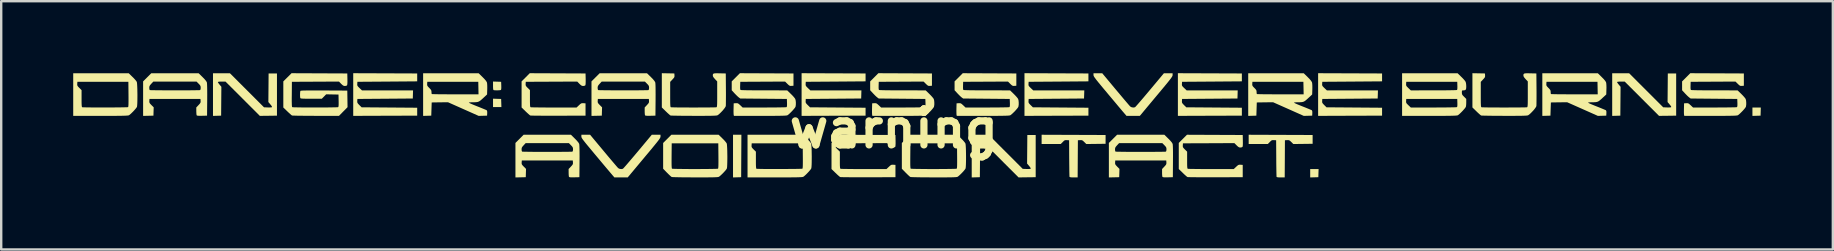
<source format=kicad_pcb>
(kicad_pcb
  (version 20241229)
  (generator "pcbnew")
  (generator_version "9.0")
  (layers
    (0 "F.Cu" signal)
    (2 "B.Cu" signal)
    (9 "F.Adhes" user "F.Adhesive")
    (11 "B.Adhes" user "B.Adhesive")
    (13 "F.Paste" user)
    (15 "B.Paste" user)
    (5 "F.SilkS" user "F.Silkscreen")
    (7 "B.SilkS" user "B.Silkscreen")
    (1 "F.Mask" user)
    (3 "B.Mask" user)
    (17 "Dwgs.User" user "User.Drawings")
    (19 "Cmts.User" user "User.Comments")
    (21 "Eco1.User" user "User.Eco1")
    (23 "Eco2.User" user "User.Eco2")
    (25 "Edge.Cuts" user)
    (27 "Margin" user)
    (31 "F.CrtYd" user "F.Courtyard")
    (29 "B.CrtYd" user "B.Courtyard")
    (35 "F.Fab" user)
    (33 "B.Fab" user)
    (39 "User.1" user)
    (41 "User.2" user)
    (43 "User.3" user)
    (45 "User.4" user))
  (footprint "warning"
    (layer "F.Cu")
    (at 34.19 2.308)
    (property "Reference" "warning" (at 0 0 0) (layer "F.SilkS") (effects (font (size 1.5 1.5) (thickness 0.3))))
    (attr board_only exclude_from_pos_files exclude_from_bom)
    (fp_poly (pts (xy -16.532 -1.241) (xy -16.363 -1.236) (xy -16.357 -1.067) (xy -16.352 -0.897) (xy -16.527 -0.897) (xy -16.701 -0.897) (xy -16.701 -1.072) (xy -16.701 -1.247)) (stroke (width 0) (type solid)) (fill yes) (layer "F.SilkS"))
    (fp_poly (pts (xy -6.359 1.14) (xy -6.364 2.024) (xy -6.533 2.029) (xy -6.703 2.034) (xy -6.703 1.145) (xy -6.703 0.256) (xy -6.528 0.256) (xy -6.354 0.256)) (stroke (width 0) (type solid)) (fill yes) (layer "F.SilkS"))
    (fp_poly (pts (xy 17.686 1.854) (xy 17.681 2.024) (xy 17.512 2.029) (xy 17.342 2.034) (xy 17.342 1.859) (xy 17.342 1.685) (xy 17.517 1.685) (xy 17.692 1.685)) (stroke (width 0) (type solid)) (fill yes) (layer "F.SilkS"))
    (fp_poly (pts (xy 36.109 -0.71) (xy 36.104 -0.54) (xy 35.934 -0.535) (xy 35.765 -0.53) (xy 35.765 -0.704) (xy 35.765 -0.879) (xy 35.94 -0.879) (xy 36.114 -0.879)) (stroke (width 0) (type solid)) (fill yes) (layer "F.SilkS"))
    (fp_poly (pts (xy -16.532 -1.956) (xy -16.363 -1.95) (xy -16.357 -1.787) (xy -16.356 -1.699) (xy -16.36 -1.643) (xy -16.37 -1.614) (xy -16.376 -1.609) (xy -16.405 -1.602) (xy -16.458 -1.597) (xy -16.525 -1.595) (xy -16.592 -1.596) (xy -16.647 -1.599) (xy -16.678 -1.605) (xy -16.691 -1.625) (xy -16.698 -1.674) (xy -16.701 -1.755) (xy -16.701 -1.788) (xy -16.701 -1.961)) (stroke (width 0) (type solid)) (fill yes) (layer "F.SilkS"))
    (fp_poly (pts (xy -21.193 -2.303) (xy -19.86 -2.298) (xy -19.86 -2.133) (xy -19.86 -1.969) (xy -21.106 -1.959) (xy -22.351 -1.95) (xy -22.356 -1.867) (xy -22.358 -1.823) (xy -22.351 -1.79) (xy -22.33 -1.758) (xy -22.291 -1.717) (xy -22.261 -1.688) (xy -22.161 -1.593) (xy -21.097 -1.593) (xy -20.033 -1.593) (xy -20.038 -1.424) (xy -20.043 -1.254) (xy -21.197 -1.245) (xy -22.351 -1.236) (xy -22.356 -1.154) (xy -22.357 -1.109) (xy -22.349 -1.075) (xy -22.327 -1.041) (xy -22.285 -0.996) (xy -22.269 -0.98) (xy -22.176 -0.888) (xy -21.018 -0.879) (xy -19.86 -0.87) (xy -19.86 -0.705) (xy -19.86 -0.54) (xy -21.193 -0.536) (xy -22.525 -0.531) (xy -22.525 -1.419) (xy -22.525 -2.308)) (stroke (width 0) (type solid)) (fill yes) (layer "F.SilkS"))
    (fp_poly (pts (xy -2.513 -2.303) (xy -1.181 -2.298) (xy -1.181 -2.133) (xy -1.181 -1.969) (xy -2.426 -1.959) (xy -3.672 -1.95) (xy -3.677 -1.867) (xy -3.678 -1.823) (xy -3.671 -1.79) (xy -3.651 -1.758) (xy -3.612 -1.717) (xy -3.582 -1.688) (xy -3.482 -1.593) (xy -2.418 -1.593) (xy -1.354 -1.593) (xy -1.359 -1.424) (xy -1.364 -1.254) (xy -2.518 -1.245) (xy -3.672 -1.236) (xy -3.677 -1.154) (xy -3.678 -1.109) (xy -3.67 -1.075) (xy -3.648 -1.041) (xy -3.606 -0.996) (xy -3.589 -0.98) (xy -3.496 -0.888) (xy -2.339 -0.879) (xy -1.181 -0.87) (xy -1.181 -0.705) (xy -1.181 -0.54) (xy -2.513 -0.536) (xy -3.846 -0.531) (xy -3.846 -1.419) (xy -3.846 -2.308)) (stroke (width 0) (type solid)) (fill yes) (layer "F.SilkS"))
    (fp_poly (pts (xy 6.771 -2.303) (xy 8.103 -2.298) (xy 8.103 -2.133) (xy 8.103 -1.969) (xy 6.858 -1.959) (xy 5.613 -1.95) (xy 5.607 -1.867) (xy 5.606 -1.823) (xy 5.613 -1.79) (xy 5.634 -1.758) (xy 5.673 -1.717) (xy 5.703 -1.688) (xy 5.803 -1.593) (xy 6.867 -1.593) (xy 7.931 -1.593) (xy 7.926 -1.424) (xy 7.92 -1.254) (xy 6.767 -1.245) (xy 5.613 -1.236) (xy 5.608 -1.154) (xy 5.607 -1.109) (xy 5.614 -1.075) (xy 5.637 -1.041) (xy 5.679 -0.996) (xy 5.695 -0.98) (xy 5.788 -0.888) (xy 6.946 -0.879) (xy 8.103 -0.87) (xy 8.103 -0.705) (xy 8.103 -0.54) (xy 6.771 -0.536) (xy 5.439 -0.531) (xy 5.439 -1.419) (xy 5.439 -2.308)) (stroke (width 0) (type solid)) (fill yes) (layer "F.SilkS"))
    (fp_poly (pts (xy 13.162 -2.303) (xy 14.495 -2.298) (xy 14.495 -2.133) (xy 14.495 -1.969) (xy 13.249 -1.959) (xy 12.004 -1.95) (xy 11.999 -1.867) (xy 11.997 -1.823) (xy 12.004 -1.79) (xy 12.025 -1.758) (xy 12.064 -1.717) (xy 12.094 -1.688) (xy 12.194 -1.593) (xy 13.258 -1.593) (xy 14.322 -1.593) (xy 14.317 -1.424) (xy 14.312 -1.254) (xy 13.158 -1.245) (xy 12.004 -1.236) (xy 11.999 -1.154) (xy 11.998 -1.109) (xy 12.006 -1.075) (xy 12.028 -1.041) (xy 12.07 -0.996) (xy 12.086 -0.98) (xy 12.179 -0.888) (xy 13.337 -0.879) (xy 14.495 -0.87) (xy 14.495 -0.705) (xy 14.495 -0.54) (xy 13.162 -0.536) (xy 11.83 -0.531) (xy 11.83 -1.419) (xy 11.83 -2.308)) (stroke (width 0) (type solid)) (fill yes) (layer "F.SilkS"))
    (fp_poly (pts (xy 19.004 -2.303) (xy 20.336 -2.298) (xy 20.336 -2.133) (xy 20.336 -1.969) (xy 19.091 -1.959) (xy 17.846 -1.95) (xy 17.84 -1.867) (xy 17.839 -1.823) (xy 17.846 -1.79) (xy 17.867 -1.758) (xy 17.906 -1.717) (xy 17.936 -1.688) (xy 18.036 -1.593) (xy 19.1 -1.593) (xy 20.164 -1.593) (xy 20.159 -1.424) (xy 20.153 -1.254) (xy 19 -1.245) (xy 17.846 -1.236) (xy 17.841 -1.154) (xy 17.84 -1.109) (xy 17.847 -1.075) (xy 17.87 -1.041) (xy 17.912 -0.996) (xy 17.928 -0.98) (xy 18.021 -0.888) (xy 19.179 -0.879) (xy 20.336 -0.87) (xy 20.336 -0.705) (xy 20.336 -0.54) (xy 19.004 -0.536) (xy 17.672 -0.531) (xy 17.672 -1.419) (xy 17.672 -2.308)) (stroke (width 0) (type solid)) (fill yes) (layer "F.SilkS"))
    (fp_poly (pts (xy -26.952 -1.598) (xy -26.242 -0.888) (xy -26.085 -0.882) (xy -26.012 -0.881) (xy -25.952 -0.884) (xy -25.916 -0.89) (xy -25.91 -0.893) (xy -25.911 -0.917) (xy -25.939 -0.962) (xy -25.976 -1.008) (xy -26.06 -1.106) (xy -26.055 -1.702) (xy -26.05 -2.298) (xy -25.876 -2.298) (xy -25.702 -2.298) (xy -25.702 -1.419) (xy -25.702 -0.54) (xy -26.059 -0.535) (xy -26.416 -0.531) (xy -27.13 -1.245) (xy -27.845 -1.959) (xy -28.005 -1.959) (xy -28.093 -1.957) (xy -28.147 -1.95) (xy -28.165 -1.939) (xy -28.165 -1.939) (xy -28.154 -1.915) (xy -28.126 -1.874) (xy -28.092 -1.831) (xy -28.018 -1.743) (xy -28.023 -1.142) (xy -28.028 -0.54) (xy -28.197 -0.535) (xy -28.367 -0.53) (xy -28.367 -1.419) (xy -28.367 -2.307) (xy -28.014 -2.307) (xy -27.662 -2.307)) (stroke (width 0) (type solid)) (fill yes) (layer "F.SilkS"))
    (fp_poly (pts (xy 4.656 0.966) (xy 5.366 1.676) (xy 5.523 1.682) (xy 5.597 1.683) (xy 5.656 1.68) (xy 5.692 1.674) (xy 5.698 1.671) (xy 5.697 1.647) (xy 5.669 1.602) (xy 5.632 1.555) (xy 5.548 1.457) (xy 5.553 0.862) (xy 5.558 0.266) (xy 5.732 0.266) (xy 5.906 0.266) (xy 5.906 1.145) (xy 5.906 2.024) (xy 5.549 2.028) (xy 5.192 2.033) (xy 4.478 1.319) (xy 3.763 0.604) (xy 3.603 0.604) (xy 3.515 0.607) (xy 3.461 0.613) (xy 3.443 0.625) (xy 3.443 0.625) (xy 3.454 0.649) (xy 3.483 0.69) (xy 3.516 0.733) (xy 3.59 0.821) (xy 3.585 1.422) (xy 3.58 2.024) (xy 3.411 2.029) (xy 3.241 2.034) (xy 3.241 1.145) (xy 3.241 0.256) (xy 3.594 0.256) (xy 3.946 0.256)) (stroke (width 0) (type solid)) (fill yes) (layer "F.SilkS"))
    (fp_poly (pts (xy 31.338 -1.598) (xy 32.048 -0.888) (xy 32.205 -0.882) (xy 32.278 -0.881) (xy 32.338 -0.884) (xy 32.374 -0.89) (xy 32.38 -0.893) (xy 32.379 -0.917) (xy 32.351 -0.962) (xy 32.314 -1.008) (xy 32.23 -1.106) (xy 32.235 -1.702) (xy 32.24 -2.298) (xy 32.414 -2.298) (xy 32.588 -2.298) (xy 32.588 -1.419) (xy 32.588 -0.54) (xy 32.231 -0.535) (xy 31.874 -0.531) (xy 31.159 -1.245) (xy 30.445 -1.959) (xy 30.285 -1.959) (xy 30.197 -1.957) (xy 30.143 -1.95) (xy 30.125 -1.939) (xy 30.125 -1.939) (xy 30.136 -1.915) (xy 30.164 -1.874) (xy 30.198 -1.831) (xy 30.272 -1.743) (xy 30.267 -1.142) (xy 30.262 -0.54) (xy 30.093 -0.535) (xy 29.923 -0.53) (xy 29.923 -1.419) (xy 29.923 -2.307) (xy 30.276 -2.307) (xy 30.628 -2.307)) (stroke (width 0) (type solid)) (fill yes) (layer "F.SilkS"))
    (fp_poly (pts (xy 7.485 0.261) (xy 8.818 0.266) (xy 8.818 0.449) (xy 8.818 0.632) (xy 8.416 0.637) (xy 8.014 0.642) (xy 7.929 0.558) (xy 7.881 0.512) (xy 7.845 0.488) (xy 7.81 0.479) (xy 7.761 0.479) (xy 7.754 0.48) (xy 7.664 0.485) (xy 7.659 1.259) (xy 7.654 2.033) (xy 7.489 2.033) (xy 7.399 2.031) (xy 7.343 2.024) (xy 7.317 2.013) (xy 7.315 2.01) (xy 7.313 1.987) (xy 7.311 1.932) (xy 7.309 1.848) (xy 7.307 1.739) (xy 7.306 1.61) (xy 7.304 1.464) (xy 7.303 1.305) (xy 7.302 1.236) (xy 7.298 0.485) (xy 7.206 0.48) (xy 7.154 0.479) (xy 7.118 0.486) (xy 7.083 0.509) (xy 7.039 0.552) (xy 7.033 0.558) (xy 6.951 0.641) (xy 6.552 0.641) (xy 6.153 0.641) (xy 6.153 0.449) (xy 6.153 0.256)) (stroke (width 0) (type solid)) (fill yes) (layer "F.SilkS"))
    (fp_poly (pts (xy 16.111 0.261) (xy 17.443 0.266) (xy 17.443 0.449) (xy 17.443 0.632) (xy 17.041 0.637) (xy 16.639 0.642) (xy 16.554 0.558) (xy 16.506 0.512) (xy 16.47 0.488) (xy 16.435 0.479) (xy 16.387 0.479) (xy 16.379 0.48) (xy 16.289 0.485) (xy 16.285 1.259) (xy 16.28 2.033) (xy 16.115 2.033) (xy 16.025 2.031) (xy 15.969 2.024) (xy 15.943 2.013) (xy 15.941 2.01) (xy 15.939 1.987) (xy 15.937 1.932) (xy 15.935 1.848) (xy 15.933 1.739) (xy 15.931 1.61) (xy 15.929 1.464) (xy 15.928 1.305) (xy 15.928 1.236) (xy 15.923 0.485) (xy 15.832 0.48) (xy 15.78 0.479) (xy 15.743 0.486) (xy 15.709 0.509) (xy 15.664 0.552) (xy 15.658 0.558) (xy 15.577 0.641) (xy 15.178 0.641) (xy 14.779 0.641) (xy 14.779 0.449) (xy 14.779 0.256)) (stroke (width 0) (type solid)) (fill yes) (layer "F.SilkS"))
    (fp_poly (pts (xy -12.095 0.929) (xy -11.981 1.066) (xy -11.873 1.195) (xy -11.773 1.313) (xy -11.684 1.418) (xy -11.609 1.506) (xy -11.549 1.576) (xy -11.508 1.622) (xy -11.489 1.644) (xy -11.431 1.675) (xy -11.358 1.686) (xy -11.292 1.674) (xy -11.275 1.658) (xy -11.237 1.617) (xy -11.18 1.553) (xy -11.107 1.469) (xy -11.02 1.367) (xy -10.921 1.251) (xy -10.813 1.124) (xy -10.698 0.987) (xy -10.675 0.96) (xy -10.087 0.256) (xy -9.905 0.256) (xy -9.724 0.256) (xy -9.724 0.328) (xy -9.725 0.344) (xy -9.73 0.362) (xy -9.739 0.385) (xy -9.756 0.413) (xy -9.781 0.451) (xy -9.817 0.499) (xy -9.865 0.561) (xy -9.928 0.638) (xy -10.006 0.734) (xy -10.101 0.85) (xy -10.216 0.988) (xy -10.353 1.151) (xy -10.406 1.215) (xy -11.088 2.031) (xy -11.367 2.032) (xy -11.646 2.033) (xy -11.79 1.863) (xy -11.833 1.813) (xy -11.895 1.739) (xy -11.975 1.645) (xy -12.069 1.533) (xy -12.173 1.409) (xy -12.284 1.276) (xy -12.4 1.138) (xy -12.478 1.045) (xy -12.605 0.892) (xy -12.711 0.765) (xy -12.798 0.66) (xy -12.866 0.576) (xy -12.919 0.509) (xy -12.959 0.456) (xy -12.987 0.416) (xy -13.005 0.385) (xy -13.015 0.361) (xy -13.02 0.342) (xy -13.02 0.326) (xy -13.02 0.256) (xy -12.839 0.256) (xy -12.657 0.256)) (stroke (width 0) (type solid)) (fill yes) (layer "F.SilkS"))
    (fp_poly (pts (xy 9.239 -1.634) (xy 9.354 -1.498) (xy 9.462 -1.369) (xy 9.561 -1.251) (xy 9.65 -1.146) (xy 9.726 -1.057) (xy 9.785 -0.988) (xy 9.826 -0.942) (xy 9.846 -0.92) (xy 9.904 -0.889) (xy 9.976 -0.878) (xy 10.043 -0.89) (xy 10.06 -0.906) (xy 10.098 -0.947) (xy 10.155 -1.011) (xy 10.228 -1.095) (xy 10.315 -1.196) (xy 10.414 -1.312) (xy 10.522 -1.44) (xy 10.637 -1.577) (xy 10.66 -1.604) (xy 11.248 -2.307) (xy 11.429 -2.307) (xy 11.61 -2.307) (xy 11.61 -2.236) (xy 11.609 -2.22) (xy 11.605 -2.202) (xy 11.595 -2.179) (xy 11.578 -2.151) (xy 11.553 -2.113) (xy 11.517 -2.065) (xy 11.469 -2.003) (xy 11.407 -1.925) (xy 11.329 -1.83) (xy 11.233 -1.714) (xy 11.118 -1.576) (xy 10.982 -1.413) (xy 10.928 -1.349) (xy 10.246 -0.532) (xy 9.967 -0.532) (xy 9.689 -0.531) (xy 9.544 -0.7) (xy 9.502 -0.75) (xy 9.439 -0.825) (xy 9.359 -0.919) (xy 9.266 -1.031) (xy 9.162 -1.155) (xy 9.05 -1.288) (xy 8.934 -1.426) (xy 8.857 -1.519) (xy 8.729 -1.671) (xy 8.623 -1.799) (xy 8.537 -1.903) (xy 8.468 -1.988) (xy 8.415 -2.055) (xy 8.376 -2.108) (xy 8.348 -2.148) (xy 8.33 -2.179) (xy 8.32 -2.202) (xy 8.315 -2.222) (xy 8.314 -2.237) (xy 8.314 -2.307) (xy 8.496 -2.307) (xy 8.678 -2.307)) (stroke (width 0) (type solid)) (fill yes) (layer "F.SilkS"))
    (fp_poly (pts (xy -14.008 -2.303) (xy -12.847 -2.298) (xy -12.841 -2.063) (xy -12.841 -1.943) (xy -12.844 -1.86) (xy -12.852 -1.812) (xy -12.857 -1.802) (xy -12.889 -1.785) (xy -12.938 -1.777) (xy -12.946 -1.776) (xy -12.987 -1.781) (xy -13.024 -1.798) (xy -13.068 -1.834) (xy -13.103 -1.868) (xy -13.193 -1.96) (xy -14.265 -1.955) (xy -15.337 -1.95) (xy -15.342 -1.868) (xy -15.343 -1.823) (xy -15.335 -1.789) (xy -15.313 -1.755) (xy -15.271 -1.71) (xy -15.255 -1.695) (xy -15.163 -1.604) (xy -15.163 -1.253) (xy -15.163 -1.129) (xy -15.161 -1.037) (xy -15.159 -0.972) (xy -15.154 -0.93) (xy -15.148 -0.905) (xy -15.139 -0.893) (xy -15.134 -0.89) (xy -15.111 -0.888) (xy -15.054 -0.886) (xy -14.968 -0.884) (xy -14.856 -0.883) (xy -14.722 -0.881) (xy -14.568 -0.88) (xy -14.4 -0.879) (xy -14.22 -0.879) (xy -14.162 -0.879) (xy -13.22 -0.879) (xy -13.122 -0.972) (xy -13.07 -1.02) (xy -13.032 -1.047) (xy -12.998 -1.058) (xy -12.957 -1.06) (xy -12.935 -1.059) (xy -12.847 -1.053) (xy -12.847 -0.797) (xy -12.847 -0.54) (xy -13.982 -0.537) (xy -14.183 -0.536) (xy -14.374 -0.536) (xy -14.551 -0.537) (xy -14.712 -0.538) (xy -14.852 -0.539) (xy -14.969 -0.54) (xy -15.059 -0.542) (xy -15.12 -0.544) (xy -15.147 -0.546) (xy -15.148 -0.546) (xy -15.173 -0.563) (xy -15.217 -0.601) (xy -15.275 -0.653) (xy -15.341 -0.715) (xy -15.345 -0.719) (xy -15.511 -0.88) (xy -15.511 -1.423) (xy -15.511 -1.967) (xy -15.34 -2.137) (xy -15.17 -2.308)) (stroke (width 0) (type solid)) (fill yes) (layer "F.SilkS"))
    (fp_poly (pts (xy -1.098 0.261) (xy 0.064 0.266) (xy 0.069 0.501) (xy 0.07 0.62) (xy 0.066 0.704) (xy 0.058 0.752) (xy 0.053 0.762) (xy 0.022 0.779) (xy -0.027 0.787) (xy -0.035 0.787) (xy -0.076 0.783) (xy -0.114 0.766) (xy -0.157 0.73) (xy -0.192 0.696) (xy -0.283 0.604) (xy -1.355 0.609) (xy -2.426 0.613) (xy -2.432 0.696) (xy -2.433 0.741) (xy -2.425 0.775) (xy -2.402 0.809) (xy -2.36 0.854) (xy -2.345 0.869) (xy -2.252 0.96) (xy -2.252 1.311) (xy -2.252 1.435) (xy -2.251 1.527) (xy -2.248 1.591) (xy -2.244 1.634) (xy -2.237 1.659) (xy -2.228 1.671) (xy -2.224 1.674) (xy -2.2 1.676) (xy -2.144 1.678) (xy -2.057 1.68) (xy -1.945 1.681) (xy -1.811 1.683) (xy -1.658 1.684) (xy -1.489 1.684) (xy -1.309 1.685) (xy -1.252 1.685) (xy -0.309 1.685) (xy -0.211 1.592) (xy -0.159 1.544) (xy -0.122 1.517) (xy -0.088 1.505) (xy -0.047 1.504) (xy -0.025 1.505) (xy 0.064 1.511) (xy 0.064 1.767) (xy 0.064 2.024) (xy -1.071 2.027) (xy -1.273 2.027) (xy -1.463 2.027) (xy -1.641 2.027) (xy -1.801 2.026) (xy -1.941 2.025) (xy -2.058 2.024) (xy -2.149 2.022) (xy -2.209 2.02) (xy -2.237 2.018) (xy -2.238 2.018) (xy -2.262 2.001) (xy -2.307 1.963) (xy -2.365 1.911) (xy -2.43 1.849) (xy -2.435 1.844) (xy -2.6 1.684) (xy -2.6 1.14) (xy -2.6 0.597) (xy -2.43 0.427) (xy -2.259 0.256)) (stroke (width 0) (type solid)) (fill yes) (layer "F.SilkS"))
    (fp_poly (pts (xy 13.37 0.261) (xy 14.531 0.266) (xy 14.536 0.501) (xy 14.537 0.62) (xy 14.534 0.704) (xy 14.526 0.752) (xy 14.52 0.762) (xy 14.489 0.779) (xy 14.44 0.787) (xy 14.432 0.787) (xy 14.391 0.783) (xy 14.354 0.766) (xy 14.31 0.73) (xy 14.275 0.696) (xy 14.184 0.604) (xy 13.113 0.609) (xy 12.041 0.613) (xy 12.035 0.696) (xy 12.034 0.741) (xy 12.042 0.775) (xy 12.065 0.809) (xy 12.107 0.854) (xy 12.122 0.869) (xy 12.215 0.96) (xy 12.215 1.311) (xy 12.215 1.435) (xy 12.216 1.527) (xy 12.219 1.591) (xy 12.223 1.634) (xy 12.23 1.659) (xy 12.239 1.671) (xy 12.244 1.674) (xy 12.267 1.676) (xy 12.324 1.678) (xy 12.41 1.68) (xy 12.522 1.681) (xy 12.656 1.683) (xy 12.809 1.684) (xy 12.978 1.684) (xy 13.158 1.685) (xy 13.215 1.685) (xy 14.158 1.685) (xy 14.256 1.592) (xy 14.308 1.544) (xy 14.346 1.517) (xy 14.379 1.505) (xy 14.421 1.504) (xy 14.443 1.505) (xy 14.531 1.511) (xy 14.531 1.767) (xy 14.531 2.024) (xy 13.396 2.027) (xy 13.195 2.027) (xy 13.004 2.027) (xy 12.827 2.027) (xy 12.666 2.026) (xy 12.526 2.025) (xy 12.409 2.024) (xy 12.319 2.022) (xy 12.258 2.02) (xy 12.23 2.018) (xy 12.229 2.018) (xy 12.205 2.001) (xy 12.16 1.963) (xy 12.102 1.911) (xy 12.037 1.849) (xy 12.033 1.844) (xy 11.867 1.684) (xy 11.867 1.14) (xy 11.867 0.597) (xy 12.037 0.427) (xy 12.208 0.256)) (stroke (width 0) (type solid)) (fill yes) (layer "F.SilkS"))
    (fp_poly (pts (xy -17.138 -2.148) (xy -17.051 -2.058) (xy -16.992 -1.988) (xy -16.96 -1.934) (xy -16.955 -1.922) (xy -16.947 -1.874) (xy -16.942 -1.798) (xy -16.941 -1.704) (xy -16.942 -1.639) (xy -16.949 -1.423) (xy -17.086 -1.295) (xy -17.167 -1.221) (xy -17.229 -1.168) (xy -17.282 -1.133) (xy -17.332 -1.113) (xy -17.388 -1.103) (xy -17.459 -1.099) (xy -17.521 -1.099) (xy -17.599 -1.097) (xy -17.661 -1.093) (xy -17.7 -1.087) (xy -17.709 -1.082) (xy -17.692 -1.071) (xy -17.647 -1.048) (xy -17.577 -1.017) (xy -17.488 -0.98) (xy -17.385 -0.938) (xy -17.347 -0.923) (xy -17.238 -0.88) (xy -17.14 -0.84) (xy -17.058 -0.806) (xy -16.998 -0.781) (xy -16.965 -0.765) (xy -16.962 -0.763) (xy -16.946 -0.73) (xy -16.942 -0.662) (xy -16.943 -0.643) (xy -16.949 -0.54) (xy -17.124 -0.535) (xy -17.299 -0.53) (xy -17.939 -0.815) (xy -18.578 -1.099) (xy -18.917 -1.095) (xy -19.256 -1.09) (xy -19.265 -0.815) (xy -19.274 -0.54) (xy -19.444 -0.535) (xy -19.613 -0.53) (xy -19.613 -1.419) (xy -19.613 -1.823) (xy -19.445 -1.823) (xy -19.438 -1.789) (xy -19.415 -1.755) (xy -19.373 -1.71) (xy -19.358 -1.695) (xy -19.308 -1.643) (xy -19.28 -1.604) (xy -19.268 -1.568) (xy -19.265 -1.528) (xy -19.262 -1.478) (xy -19.256 -1.445) (xy -19.253 -1.441) (xy -19.233 -1.438) (xy -19.18 -1.436) (xy -19.096 -1.434) (xy -18.987 -1.432) (xy -18.855 -1.431) (xy -18.703 -1.43) (xy -18.535 -1.429) (xy -18.354 -1.428) (xy -18.273 -1.428) (xy -17.305 -1.428) (xy -17.31 -1.689) (xy -17.315 -1.95) (xy -18.377 -1.95) (xy -19.439 -1.95) (xy -19.445 -1.868) (xy -19.445 -1.823) (xy -19.613 -1.823) (xy -19.613 -2.307) (xy -18.457 -2.307) (xy -17.301 -2.307)) (stroke (width 0) (type solid)) (fill yes) (layer "F.SilkS"))
    (fp_poly (pts (xy 17.235 -2.148) (xy 17.323 -2.058) (xy 17.381 -1.988) (xy 17.414 -1.934) (xy 17.418 -1.922) (xy 17.426 -1.874) (xy 17.431 -1.798) (xy 17.432 -1.704) (xy 17.431 -1.639) (xy 17.424 -1.423) (xy 17.287 -1.295) (xy 17.206 -1.221) (xy 17.144 -1.168) (xy 17.092 -1.133) (xy 17.041 -1.113) (xy 16.985 -1.103) (xy 16.914 -1.099) (xy 16.852 -1.099) (xy 16.775 -1.097) (xy 16.712 -1.093) (xy 16.674 -1.087) (xy 16.665 -1.082) (xy 16.681 -1.071) (xy 16.727 -1.048) (xy 16.796 -1.017) (xy 16.885 -0.98) (xy 16.989 -0.938) (xy 17.026 -0.923) (xy 17.135 -0.88) (xy 17.233 -0.84) (xy 17.315 -0.806) (xy 17.375 -0.781) (xy 17.408 -0.765) (xy 17.412 -0.763) (xy 17.427 -0.73) (xy 17.431 -0.662) (xy 17.43 -0.643) (xy 17.425 -0.54) (xy 17.25 -0.535) (xy 17.074 -0.53) (xy 16.435 -0.815) (xy 15.795 -1.099) (xy 15.456 -1.095) (xy 15.117 -1.09) (xy 15.108 -0.815) (xy 15.099 -0.54) (xy 14.93 -0.535) (xy 14.76 -0.53) (xy 14.76 -1.419) (xy 14.76 -1.823) (xy 14.928 -1.823) (xy 14.936 -1.789) (xy 14.958 -1.755) (xy 15 -1.71) (xy 15.016 -1.695) (xy 15.066 -1.643) (xy 15.094 -1.604) (xy 15.106 -1.568) (xy 15.108 -1.528) (xy 15.111 -1.478) (xy 15.118 -1.445) (xy 15.12 -1.441) (xy 15.14 -1.438) (xy 15.194 -1.436) (xy 15.277 -1.434) (xy 15.386 -1.432) (xy 15.519 -1.431) (xy 15.67 -1.43) (xy 15.838 -1.429) (xy 16.019 -1.428) (xy 16.101 -1.428) (xy 17.069 -1.428) (xy 17.064 -1.689) (xy 17.058 -1.95) (xy 15.996 -1.95) (xy 14.934 -1.95) (xy 14.929 -1.868) (xy 14.928 -1.823) (xy 14.76 -1.823) (xy 14.76 -2.307) (xy 15.916 -2.307) (xy 17.072 -2.307)) (stroke (width 0) (type solid)) (fill yes) (layer "F.SilkS"))
    (fp_poly (pts (xy 29.486 -2.148) (xy 29.574 -2.058) (xy 29.633 -1.988) (xy 29.665 -1.934) (xy 29.669 -1.922) (xy 29.677 -1.874) (xy 29.682 -1.798) (xy 29.684 -1.704) (xy 29.682 -1.639) (xy 29.676 -1.423) (xy 29.538 -1.295) (xy 29.458 -1.221) (xy 29.395 -1.168) (xy 29.343 -1.133) (xy 29.293 -1.113) (xy 29.236 -1.103) (xy 29.165 -1.099) (xy 29.104 -1.099) (xy 29.026 -1.097) (xy 28.964 -1.093) (xy 28.925 -1.087) (xy 28.916 -1.082) (xy 28.932 -1.071) (xy 28.978 -1.048) (xy 29.048 -1.017) (xy 29.137 -0.98) (xy 29.24 -0.938) (xy 29.278 -0.923) (xy 29.387 -0.88) (xy 29.485 -0.84) (xy 29.566 -0.806) (xy 29.626 -0.781) (xy 29.659 -0.765) (xy 29.663 -0.763) (xy 29.679 -0.73) (xy 29.682 -0.662) (xy 29.681 -0.643) (xy 29.676 -0.54) (xy 29.501 -0.535) (xy 29.326 -0.53) (xy 28.686 -0.815) (xy 28.046 -1.099) (xy 27.707 -1.095) (xy 27.369 -1.09) (xy 27.359 -0.815) (xy 27.35 -0.54) (xy 27.181 -0.535) (xy 27.012 -0.53) (xy 27.012 -1.419) (xy 27.012 -1.823) (xy 27.179 -1.823) (xy 27.187 -1.789) (xy 27.21 -1.755) (xy 27.252 -1.71) (xy 27.267 -1.695) (xy 27.317 -1.643) (xy 27.345 -1.604) (xy 27.357 -1.568) (xy 27.359 -1.528) (xy 27.362 -1.478) (xy 27.369 -1.445) (xy 27.372 -1.441) (xy 27.392 -1.438) (xy 27.445 -1.436) (xy 27.528 -1.434) (xy 27.638 -1.432) (xy 27.77 -1.431) (xy 27.922 -1.43) (xy 28.09 -1.429) (xy 28.27 -1.428) (xy 28.352 -1.428) (xy 29.32 -1.428) (xy 29.315 -1.689) (xy 29.31 -1.95) (xy 28.248 -1.95) (xy 27.186 -1.95) (xy 27.18 -1.868) (xy 27.179 -1.823) (xy 27.012 -1.823) (xy 27.012 -2.307) (xy 28.168 -2.307) (xy 29.324 -2.307)) (stroke (width 0) (type solid)) (fill yes) (layer "F.SilkS"))
    (fp_poly (pts (xy -31.723 -2.156) (xy -31.658 -2.091) (xy -31.602 -2.029) (xy -31.561 -1.977) (xy -31.542 -1.946) (xy -31.534 -1.91) (xy -31.528 -1.844) (xy -31.523 -1.753) (xy -31.519 -1.645) (xy -31.517 -1.526) (xy -31.515 -1.401) (xy -31.516 -1.278) (xy -31.517 -1.162) (xy -31.52 -1.06) (xy -31.525 -0.978) (xy -31.531 -0.923) (xy -31.535 -0.905) (xy -31.558 -0.868) (xy -31.601 -0.815) (xy -31.657 -0.751) (xy -31.719 -0.687) (xy -31.78 -0.627) (xy -31.833 -0.581) (xy -31.868 -0.557) (xy -31.884 -0.551) (xy -31.91 -0.547) (xy -31.95 -0.543) (xy -32.006 -0.54) (xy -32.08 -0.537) (xy -32.176 -0.535) (xy -32.295 -0.533) (xy -32.441 -0.532) (xy -32.615 -0.532) (xy -32.821 -0.531) (xy -33.054 -0.531) (xy -34.19 -0.531) (xy -34.19 -1.419) (xy -34.19 -1.823) (xy -34.023 -1.823) (xy -34.015 -1.789) (xy -33.992 -1.755) (xy -33.95 -1.71) (xy -33.935 -1.695) (xy -33.842 -1.604) (xy -33.842 -1.252) (xy -33.842 -1.122) (xy -33.84 -1.024) (xy -33.836 -0.956) (xy -33.83 -0.914) (xy -33.823 -0.894) (xy -33.819 -0.891) (xy -33.795 -0.889) (xy -33.739 -0.886) (xy -33.655 -0.885) (xy -33.547 -0.883) (xy -33.419 -0.882) (xy -33.277 -0.881) (xy -33.123 -0.881) (xy -32.963 -0.881) (xy -32.8 -0.881) (xy -32.638 -0.882) (xy -32.483 -0.882) (xy -32.337 -0.884) (xy -32.206 -0.885) (xy -32.093 -0.887) (xy -32.003 -0.889) (xy -31.94 -0.891) (xy -31.908 -0.894) (xy -31.905 -0.894) (xy -31.898 -0.907) (xy -31.893 -0.937) (xy -31.889 -0.987) (xy -31.887 -1.061) (xy -31.886 -1.163) (xy -31.886 -1.294) (xy -31.887 -1.43) (xy -31.892 -1.95) (xy -32.954 -1.95) (xy -34.016 -1.95) (xy -34.022 -1.868) (xy -34.023 -1.823) (xy -34.19 -1.823) (xy -34.19 -2.307) (xy -33.034 -2.307) (xy -31.878 -2.307)) (stroke (width 0) (type solid)) (fill yes) (layer "F.SilkS"))
    (fp_poly (pts (xy -3.631 0.407) (xy -3.566 0.473) (xy -3.51 0.535) (xy -3.469 0.587) (xy -3.45 0.617) (xy -3.442 0.654) (xy -3.436 0.72) (xy -3.431 0.81) (xy -3.427 0.918) (xy -3.425 1.038) (xy -3.423 1.163) (xy -3.424 1.286) (xy -3.425 1.402) (xy -3.428 1.504) (xy -3.433 1.586) (xy -3.439 1.641) (xy -3.443 1.659) (xy -3.466 1.696) (xy -3.509 1.749) (xy -3.565 1.812) (xy -3.627 1.877) (xy -3.688 1.936) (xy -3.741 1.983) (xy -3.776 2.007) (xy -3.792 2.012) (xy -3.818 2.017) (xy -3.858 2.021) (xy -3.914 2.024) (xy -3.988 2.027) (xy -4.084 2.029) (xy -4.203 2.03) (xy -4.349 2.032) (xy -4.523 2.032) (xy -4.729 2.033) (xy -4.962 2.033) (xy -6.098 2.033) (xy -6.098 1.145) (xy -6.098 0.741) (xy -5.931 0.741) (xy -5.923 0.775) (xy -5.9 0.809) (xy -5.858 0.854) (xy -5.843 0.869) (xy -5.75 0.96) (xy -5.75 1.312) (xy -5.75 1.442) (xy -5.748 1.54) (xy -5.744 1.608) (xy -5.738 1.65) (xy -5.731 1.67) (xy -5.727 1.673) (xy -5.703 1.675) (xy -5.647 1.677) (xy -5.563 1.679) (xy -5.455 1.681) (xy -5.327 1.682) (xy -5.185 1.682) (xy -5.031 1.683) (xy -4.871 1.683) (xy -4.708 1.683) (xy -4.546 1.682) (xy -4.391 1.681) (xy -4.245 1.68) (xy -4.114 1.679) (xy -4.001 1.677) (xy -3.911 1.675) (xy -3.848 1.673) (xy -3.816 1.67) (xy -3.813 1.67) (xy -3.806 1.657) (xy -3.801 1.627) (xy -3.797 1.577) (xy -3.795 1.503) (xy -3.794 1.401) (xy -3.794 1.269) (xy -3.795 1.134) (xy -3.8 0.613) (xy -4.862 0.613) (xy -5.924 0.613) (xy -5.93 0.696) (xy -5.931 0.741) (xy -6.098 0.741) (xy -6.098 0.256) (xy -4.942 0.256) (xy -3.786 0.256)) (stroke (width 0) (type solid)) (fill yes) (layer "F.SilkS"))
    (fp_poly (pts (xy -28.803 -2.148) (xy -28.716 -2.058) (xy -28.657 -1.987) (xy -28.625 -1.934) (xy -28.622 -1.924) (xy -28.617 -1.886) (xy -28.613 -1.814) (xy -28.61 -1.709) (xy -28.608 -1.575) (xy -28.607 -1.413) (xy -28.608 -1.226) (xy -28.608 -1.199) (xy -28.614 -0.54) (xy -28.823 -0.535) (xy -28.922 -0.534) (xy -28.989 -0.536) (xy -29.029 -0.543) (xy -29.047 -0.553) (xy -29.054 -0.582) (xy -29.059 -0.636) (xy -29.062 -0.707) (xy -29.062 -0.729) (xy -29.063 -0.881) (xy -28.97 -0.979) (xy -28.922 -1.032) (xy -28.895 -1.07) (xy -28.883 -1.104) (xy -28.882 -1.144) (xy -28.883 -1.157) (xy -28.889 -1.236) (xy -29.951 -1.236) (xy -31.013 -1.236) (xy -31.019 -1.155) (xy -31.02 -1.111) (xy -31.012 -1.078) (xy -30.99 -1.043) (xy -30.948 -0.998) (xy -30.931 -0.98) (xy -30.837 -0.886) (xy -30.843 -0.713) (xy -30.848 -0.54) (xy -31.063 -0.535) (xy -31.278 -0.53) (xy -31.278 -1.248) (xy -31.278 -1.696) (xy -31.022 -1.696) (xy -31.017 -1.641) (xy -31.004 -1.609) (xy -30.999 -1.605) (xy -30.976 -1.603) (xy -30.92 -1.601) (xy -30.836 -1.6) (xy -30.727 -1.598) (xy -30.598 -1.597) (xy -30.453 -1.596) (xy -30.295 -1.596) (xy -30.129 -1.595) (xy -29.959 -1.595) (xy -29.789 -1.595) (xy -29.623 -1.595) (xy -29.464 -1.596) (xy -29.318 -1.596) (xy -29.188 -1.598) (xy -29.078 -1.599) (xy -28.992 -1.6) (xy -28.934 -1.602) (xy -28.909 -1.604) (xy -28.908 -1.604) (xy -28.888 -1.626) (xy -28.88 -1.675) (xy -28.879 -1.7) (xy -28.882 -1.749) (xy -28.894 -1.787) (xy -28.922 -1.826) (xy -28.966 -1.872) (xy -29.052 -1.959) (xy -29.952 -1.959) (xy -30.852 -1.959) (xy -30.937 -1.869) (xy -30.984 -1.816) (xy -31.01 -1.775) (xy -31.02 -1.736) (xy -31.022 -1.696) (xy -31.278 -1.696) (xy -31.278 -1.967) (xy -31.108 -2.137) (xy -30.938 -2.307) (xy -29.952 -2.307) (xy -28.966 -2.307)) (stroke (width 0) (type solid)) (fill yes) (layer "F.SilkS"))
    (fp_poly (pts (xy -13.292 0.416) (xy -13.205 0.506) (xy -13.146 0.577) (xy -13.114 0.63) (xy -13.111 0.64) (xy -13.106 0.678) (xy -13.102 0.75) (xy -13.099 0.854) (xy -13.097 0.989) (xy -13.096 1.151) (xy -13.097 1.338) (xy -13.097 1.364) (xy -13.103 2.024) (xy -13.312 2.029) (xy -13.411 2.03) (xy -13.478 2.028) (xy -13.518 2.021) (xy -13.536 2.01) (xy -13.543 1.982) (xy -13.548 1.927) (xy -13.551 1.857) (xy -13.551 1.835) (xy -13.552 1.683) (xy -13.459 1.585) (xy -13.411 1.532) (xy -13.383 1.494) (xy -13.372 1.46) (xy -13.371 1.42) (xy -13.372 1.407) (xy -13.378 1.328) (xy -14.44 1.328) (xy -15.502 1.328) (xy -15.508 1.408) (xy -15.509 1.452) (xy -15.501 1.486) (xy -15.479 1.521) (xy -15.437 1.566) (xy -15.42 1.584) (xy -15.326 1.678) (xy -15.332 1.851) (xy -15.337 2.024) (xy -15.552 2.029) (xy -15.767 2.034) (xy -15.767 1.316) (xy -15.767 0.868) (xy -15.511 0.868) (xy -15.506 0.923) (xy -15.493 0.955) (xy -15.488 0.958) (xy -15.465 0.961) (xy -15.409 0.962) (xy -15.325 0.964) (xy -15.216 0.965) (xy -15.087 0.967) (xy -14.942 0.968) (xy -14.784 0.968) (xy -14.618 0.969) (xy -14.448 0.969) (xy -14.278 0.969) (xy -14.112 0.969) (xy -13.953 0.968) (xy -13.807 0.967) (xy -13.677 0.966) (xy -13.567 0.965) (xy -13.481 0.963) (xy -13.423 0.962) (xy -13.398 0.96) (xy -13.397 0.959) (xy -13.377 0.938) (xy -13.369 0.888) (xy -13.368 0.864) (xy -13.371 0.815) (xy -13.383 0.777) (xy -13.411 0.738) (xy -13.455 0.692) (xy -13.541 0.604) (xy -14.441 0.604) (xy -15.341 0.604) (xy -15.426 0.695) (xy -15.473 0.748) (xy -15.499 0.788) (xy -15.509 0.828) (xy -15.511 0.868) (xy -15.767 0.868) (xy -15.767 0.597) (xy -15.597 0.427) (xy -15.427 0.256) (xy -14.441 0.256) (xy -13.455 0.256)) (stroke (width 0) (type solid)) (fill yes) (layer "F.SilkS"))
    (fp_poly (pts (xy -10.124 -2.148) (xy -10.037 -2.058) (xy -9.978 -1.987) (xy -9.946 -1.934) (xy -9.943 -1.924) (xy -9.937 -1.886) (xy -9.933 -1.814) (xy -9.93 -1.709) (xy -9.929 -1.575) (xy -9.928 -1.413) (xy -9.929 -1.226) (xy -9.929 -1.199) (xy -9.935 -0.54) (xy -10.144 -0.535) (xy -10.243 -0.534) (xy -10.31 -0.536) (xy -10.35 -0.543) (xy -10.368 -0.553) (xy -10.375 -0.582) (xy -10.38 -0.636) (xy -10.383 -0.707) (xy -10.383 -0.729) (xy -10.383 -0.881) (xy -10.291 -0.979) (xy -10.243 -1.032) (xy -10.215 -1.07) (xy -10.204 -1.104) (xy -10.203 -1.144) (xy -10.204 -1.157) (xy -10.209 -1.236) (xy -11.272 -1.236) (xy -12.334 -1.236) (xy -12.34 -1.155) (xy -12.341 -1.111) (xy -12.333 -1.078) (xy -12.311 -1.043) (xy -12.269 -0.998) (xy -12.252 -0.98) (xy -12.158 -0.886) (xy -12.164 -0.713) (xy -12.169 -0.54) (xy -12.384 -0.535) (xy -12.599 -0.53) (xy -12.599 -1.248) (xy -12.599 -1.696) (xy -12.343 -1.696) (xy -12.338 -1.641) (xy -12.325 -1.609) (xy -12.32 -1.605) (xy -12.297 -1.603) (xy -12.241 -1.601) (xy -12.157 -1.6) (xy -12.048 -1.598) (xy -11.919 -1.597) (xy -11.774 -1.596) (xy -11.616 -1.596) (xy -11.45 -1.595) (xy -11.28 -1.595) (xy -11.11 -1.595) (xy -10.943 -1.595) (xy -10.785 -1.596) (xy -10.639 -1.596) (xy -10.509 -1.598) (xy -10.398 -1.599) (xy -10.313 -1.6) (xy -10.255 -1.602) (xy -10.23 -1.604) (xy -10.229 -1.604) (xy -10.209 -1.626) (xy -10.201 -1.675) (xy -10.2 -1.7) (xy -10.203 -1.749) (xy -10.215 -1.787) (xy -10.243 -1.826) (xy -10.287 -1.872) (xy -10.373 -1.959) (xy -11.273 -1.959) (xy -12.173 -1.959) (xy -12.258 -1.869) (xy -12.305 -1.816) (xy -12.33 -1.775) (xy -12.341 -1.736) (xy -12.343 -1.696) (xy -12.599 -1.696) (xy -12.599 -1.967) (xy -12.429 -2.137) (xy -12.258 -2.307) (xy -11.273 -2.307) (xy -10.287 -2.307)) (stroke (width 0) (type solid)) (fill yes) (layer "F.SilkS"))
    (fp_poly (pts (xy 11.43 0.416) (xy 11.518 0.506) (xy 11.577 0.577) (xy 11.608 0.63) (xy 11.612 0.64) (xy 11.617 0.678) (xy 11.621 0.75) (xy 11.624 0.854) (xy 11.626 0.989) (xy 11.626 1.151) (xy 11.625 1.338) (xy 11.625 1.364) (xy 11.62 2.024) (xy 11.41 2.029) (xy 11.311 2.03) (xy 11.244 2.028) (xy 11.204 2.021) (xy 11.186 2.01) (xy 11.179 1.982) (xy 11.174 1.927) (xy 11.171 1.857) (xy 11.171 1.835) (xy 11.171 1.683) (xy 11.264 1.585) (xy 11.312 1.532) (xy 11.339 1.494) (xy 11.35 1.46) (xy 11.351 1.42) (xy 11.351 1.407) (xy 11.345 1.328) (xy 10.283 1.328) (xy 9.221 1.328) (xy 9.215 1.408) (xy 9.214 1.452) (xy 9.222 1.486) (xy 9.244 1.521) (xy 9.286 1.566) (xy 9.302 1.584) (xy 9.396 1.678) (xy 9.391 1.851) (xy 9.385 2.024) (xy 9.17 2.029) (xy 8.955 2.034) (xy 8.955 1.316) (xy 8.955 0.868) (xy 9.211 0.868) (xy 9.216 0.923) (xy 9.229 0.955) (xy 9.234 0.958) (xy 9.257 0.961) (xy 9.313 0.962) (xy 9.397 0.964) (xy 9.506 0.965) (xy 9.635 0.967) (xy 9.78 0.968) (xy 9.938 0.968) (xy 10.104 0.969) (xy 10.274 0.969) (xy 10.445 0.969) (xy 10.611 0.969) (xy 10.769 0.968) (xy 10.916 0.967) (xy 11.046 0.966) (xy 11.156 0.965) (xy 11.242 0.963) (xy 11.299 0.962) (xy 11.325 0.96) (xy 11.325 0.959) (xy 11.345 0.938) (xy 11.353 0.888) (xy 11.354 0.864) (xy 11.351 0.815) (xy 11.339 0.777) (xy 11.311 0.738) (xy 11.268 0.692) (xy 11.181 0.604) (xy 10.281 0.604) (xy 9.381 0.604) (xy 9.296 0.695) (xy 9.25 0.748) (xy 9.224 0.788) (xy 9.213 0.828) (xy 9.211 0.868) (xy 8.955 0.868) (xy 8.955 0.597) (xy 9.125 0.427) (xy 9.296 0.256) (xy 10.282 0.256) (xy 11.267 0.256)) (stroke (width 0) (type solid)) (fill yes) (layer "F.SilkS"))
    (fp_poly (pts (xy -7.147 0.407) (xy -7.082 0.473) (xy -7.026 0.535) (xy -6.985 0.587) (xy -6.966 0.617) (xy -6.958 0.654) (xy -6.952 0.72) (xy -6.947 0.811) (xy -6.943 0.919) (xy -6.941 1.039) (xy -6.939 1.164) (xy -6.94 1.288) (xy -6.942 1.404) (xy -6.945 1.506) (xy -6.949 1.588) (xy -6.956 1.644) (xy -6.96 1.661) (xy -6.982 1.698) (xy -7.025 1.752) (xy -7.082 1.815) (xy -7.144 1.879) (xy -7.206 1.938) (xy -7.259 1.984) (xy -7.292 2.007) (xy -7.309 2.013) (xy -7.336 2.018) (xy -7.376 2.022) (xy -7.433 2.025) (xy -7.509 2.028) (xy -7.607 2.029) (xy -7.73 2.031) (xy -7.881 2.031) (xy -8.063 2.032) (xy -8.278 2.032) (xy -8.281 2.032) (xy -8.464 2.031) (xy -8.637 2.03) (xy -8.796 2.029) (xy -8.937 2.027) (xy -9.057 2.024) (xy -9.152 2.022) (xy -9.219 2.019) (xy -9.254 2.016) (xy -9.257 2.015) (xy -9.284 1.997) (xy -9.329 1.957) (xy -9.387 1.902) (xy -9.451 1.838) (xy -9.454 1.836) (xy -9.614 1.671) (xy -9.614 1.42) (xy -9.263 1.42) (xy -9.262 1.517) (xy -9.259 1.587) (xy -9.255 1.634) (xy -9.25 1.66) (xy -9.244 1.67) (xy -9.221 1.672) (xy -9.166 1.675) (xy -9.081 1.677) (xy -8.97 1.68) (xy -8.837 1.681) (xy -8.684 1.683) (xy -8.517 1.684) (xy -8.337 1.684) (xy -8.287 1.684) (xy -8.105 1.684) (xy -7.933 1.683) (xy -7.777 1.682) (xy -7.638 1.68) (xy -7.52 1.678) (xy -7.428 1.676) (xy -7.364 1.673) (xy -7.332 1.67) (xy -7.329 1.67) (xy -7.322 1.657) (xy -7.317 1.627) (xy -7.313 1.577) (xy -7.311 1.503) (xy -7.31 1.401) (xy -7.31 1.269) (xy -7.311 1.134) (xy -7.316 0.613) (xy -8.287 0.613) (xy -9.257 0.613) (xy -9.262 1.134) (xy -9.263 1.294) (xy -9.263 1.42) (xy -9.614 1.42) (xy -9.614 1.135) (xy -9.614 0.599) (xy -9.443 0.428) (xy -9.271 0.256) (xy -8.287 0.256) (xy -7.302 0.256)) (stroke (width 0) (type solid)) (fill yes) (layer "F.SilkS"))
    (fp_poly (pts (xy 2.797 0.407) (xy 2.862 0.473) (xy 2.918 0.535) (xy 2.959 0.587) (xy 2.978 0.617) (xy 2.986 0.654) (xy 2.992 0.72) (xy 2.997 0.811) (xy 3.001 0.919) (xy 3.003 1.039) (xy 3.004 1.164) (xy 3.004 1.288) (xy 3.002 1.404) (xy 2.999 1.506) (xy 2.994 1.588) (xy 2.988 1.644) (xy 2.984 1.661) (xy 2.961 1.698) (xy 2.918 1.752) (xy 2.862 1.815) (xy 2.8 1.879) (xy 2.738 1.938) (xy 2.685 1.984) (xy 2.652 2.007) (xy 2.635 2.013) (xy 2.608 2.018) (xy 2.568 2.022) (xy 2.511 2.025) (xy 2.435 2.028) (xy 2.337 2.029) (xy 2.214 2.031) (xy 2.063 2.031) (xy 1.881 2.032) (xy 1.666 2.032) (xy 1.663 2.032) (xy 1.48 2.031) (xy 1.307 2.03) (xy 1.148 2.029) (xy 1.007 2.027) (xy 0.887 2.024) (xy 0.792 2.022) (xy 0.725 2.019) (xy 0.69 2.016) (xy 0.687 2.015) (xy 0.66 1.997) (xy 0.615 1.957) (xy 0.557 1.902) (xy 0.493 1.838) (xy 0.49 1.836) (xy 0.33 1.671) (xy 0.33 1.42) (xy 0.681 1.42) (xy 0.682 1.517) (xy 0.685 1.587) (xy 0.689 1.634) (xy 0.694 1.66) (xy 0.7 1.67) (xy 0.723 1.672) (xy 0.778 1.675) (xy 0.863 1.677) (xy 0.974 1.68) (xy 1.107 1.681) (xy 1.259 1.683) (xy 1.427 1.684) (xy 1.606 1.684) (xy 1.657 1.684) (xy 1.839 1.684) (xy 2.011 1.683) (xy 2.167 1.682) (xy 2.306 1.68) (xy 2.424 1.678) (xy 2.516 1.676) (xy 2.58 1.673) (xy 2.612 1.67) (xy 2.614 1.67) (xy 2.621 1.657) (xy 2.627 1.627) (xy 2.631 1.577) (xy 2.633 1.503) (xy 2.634 1.401) (xy 2.634 1.269) (xy 2.633 1.134) (xy 2.628 0.613) (xy 1.657 0.613) (xy 0.687 0.613) (xy 0.682 1.134) (xy 0.681 1.294) (xy 0.681 1.42) (xy 0.33 1.42) (xy 0.33 1.135) (xy 0.33 0.599) (xy 0.501 0.428) (xy 0.672 0.256) (xy 1.657 0.256) (xy 2.642 0.256)) (stroke (width 0) (type solid)) (fill yes) (layer "F.SilkS"))
    (fp_poly (pts (xy -5.3 -2.303) (xy -4.184 -2.298) (xy -4.184 -2.042) (xy -4.184 -1.786) (xy -4.265 -1.78) (xy -4.309 -1.779) (xy -4.343 -1.787) (xy -4.378 -1.809) (xy -4.424 -1.851) (xy -4.44 -1.867) (xy -4.534 -1.96) (xy -5.467 -1.955) (xy -6.4 -1.95) (xy -6.406 -1.787) (xy -6.407 -1.699) (xy -6.403 -1.643) (xy -6.393 -1.614) (xy -6.387 -1.609) (xy -6.365 -1.606) (xy -6.309 -1.603) (xy -6.224 -1.601) (xy -6.113 -1.598) (xy -5.979 -1.597) (xy -5.826 -1.595) (xy -5.658 -1.594) (xy -5.477 -1.594) (xy -5.405 -1.594) (xy -4.446 -1.593) (xy -4.29 -1.442) (xy -4.225 -1.377) (xy -4.169 -1.315) (xy -4.128 -1.263) (xy -4.109 -1.232) (xy -4.093 -1.17) (xy -4.085 -1.088) (xy -4.086 -1.003) (xy -4.095 -0.93) (xy -4.103 -0.905) (xy -4.125 -0.868) (xy -4.168 -0.815) (xy -4.224 -0.751) (xy -4.286 -0.687) (xy -4.347 -0.627) (xy -4.4 -0.581) (xy -4.435 -0.557) (xy -4.451 -0.551) (xy -4.478 -0.547) (xy -4.519 -0.543) (xy -4.575 -0.539) (xy -4.651 -0.537) (xy -4.747 -0.535) (xy -4.868 -0.533) (xy -5.016 -0.532) (xy -5.193 -0.531) (xy -5.403 -0.531) (xy -5.575 -0.531) (xy -6.665 -0.531) (xy -6.675 -0.572) (xy -6.679 -0.606) (xy -6.681 -0.668) (xy -6.682 -0.748) (xy -6.68 -0.833) (xy -6.675 -1.053) (xy -6.586 -1.059) (xy -6.539 -1.06) (xy -6.503 -1.053) (xy -6.469 -1.033) (xy -6.424 -0.994) (xy -6.4 -0.972) (xy -6.302 -0.879) (xy -5.399 -0.879) (xy -5.22 -0.88) (xy -5.052 -0.881) (xy -4.898 -0.882) (xy -4.763 -0.884) (xy -4.649 -0.886) (xy -4.56 -0.888) (xy -4.5 -0.891) (xy -4.473 -0.894) (xy -4.472 -0.895) (xy -4.46 -0.915) (xy -4.454 -0.961) (xy -4.453 -1.036) (xy -4.454 -1.073) (xy -4.459 -1.236) (xy -5.43 -1.245) (xy -6.4 -1.254) (xy -6.458 -1.296) (xy -6.497 -1.328) (xy -6.55 -1.378) (xy -6.61 -1.439) (xy -6.637 -1.467) (xy -6.757 -1.598) (xy -6.757 -1.782) (xy -6.757 -1.967) (xy -6.587 -2.137) (xy -6.416 -2.308)) (stroke (width 0) (type solid)) (fill yes) (layer "F.SilkS"))
    (fp_poly (pts (xy 0.468 -2.303) (xy 1.584 -2.298) (xy 1.584 -2.042) (xy 1.584 -1.786) (xy 1.503 -1.78) (xy 1.459 -1.779) (xy 1.425 -1.787) (xy 1.391 -1.809) (xy 1.345 -1.851) (xy 1.329 -1.867) (xy 1.235 -1.96) (xy 0.301 -1.955) (xy -0.632 -1.95) (xy -0.637 -1.787) (xy -0.638 -1.699) (xy -0.634 -1.643) (xy -0.624 -1.614) (xy -0.619 -1.609) (xy -0.596 -1.606) (xy -0.541 -1.603) (xy -0.456 -1.601) (xy -0.345 -1.598) (xy -0.211 -1.597) (xy -0.058 -1.595) (xy 0.111 -1.594) (xy 0.292 -1.594) (xy 0.364 -1.594) (xy 1.323 -1.593) (xy 1.479 -1.442) (xy 1.543 -1.377) (xy 1.599 -1.315) (xy 1.641 -1.263) (xy 1.66 -1.232) (xy 1.676 -1.17) (xy 1.683 -1.088) (xy 1.683 -1.003) (xy 1.673 -0.93) (xy 1.666 -0.905) (xy 1.644 -0.868) (xy 1.601 -0.815) (xy 1.545 -0.751) (xy 1.482 -0.687) (xy 1.421 -0.627) (xy 1.368 -0.581) (xy 1.333 -0.557) (xy 1.317 -0.551) (xy 1.29 -0.547) (xy 1.25 -0.543) (xy 1.193 -0.539) (xy 1.118 -0.537) (xy 1.021 -0.535) (xy 0.9 -0.533) (xy 0.752 -0.532) (xy 0.575 -0.531) (xy 0.366 -0.531) (xy 0.194 -0.531) (xy -0.897 -0.531) (xy -0.907 -0.572) (xy -0.91 -0.606) (xy -0.913 -0.668) (xy -0.913 -0.748) (xy -0.912 -0.833) (xy -0.906 -1.053) (xy -0.818 -1.059) (xy -0.77 -1.06) (xy -0.735 -1.053) (xy -0.7 -1.033) (xy -0.656 -0.994) (xy -0.631 -0.972) (xy -0.533 -0.879) (xy 0.37 -0.879) (xy 0.549 -0.88) (xy 0.717 -0.881) (xy 0.87 -0.882) (xy 1.006 -0.884) (xy 1.12 -0.886) (xy 1.209 -0.888) (xy 1.268 -0.891) (xy 1.295 -0.894) (xy 1.296 -0.895) (xy 1.309 -0.915) (xy 1.315 -0.961) (xy 1.316 -1.036) (xy 1.315 -1.073) (xy 1.309 -1.236) (xy 0.339 -1.245) (xy -0.632 -1.254) (xy -0.69 -1.296) (xy -0.728 -1.328) (xy -0.782 -1.378) (xy -0.841 -1.439) (xy -0.868 -1.467) (xy -0.989 -1.598) (xy -0.989 -1.782) (xy -0.989 -1.967) (xy -0.818 -2.137) (xy -0.648 -2.308)) (stroke (width 0) (type solid)) (fill yes) (layer "F.SilkS"))
    (fp_poly (pts (xy 3.984 -2.303) (xy 5.1 -2.298) (xy 5.1 -2.042) (xy 5.1 -1.786) (xy 5.02 -1.78) (xy 4.975 -1.779) (xy 4.941 -1.787) (xy 4.907 -1.809) (xy 4.861 -1.851) (xy 4.845 -1.867) (xy 4.751 -1.96) (xy 3.817 -1.955) (xy 2.884 -1.95) (xy 2.879 -1.787) (xy 2.878 -1.699) (xy 2.882 -1.643) (xy 2.892 -1.614) (xy 2.897 -1.609) (xy 2.92 -1.606) (xy 2.975 -1.603) (xy 3.06 -1.601) (xy 3.172 -1.598) (xy 3.305 -1.597) (xy 3.458 -1.595) (xy 3.627 -1.594) (xy 3.808 -1.594) (xy 3.88 -1.594) (xy 4.839 -1.593) (xy 4.995 -1.442) (xy 5.059 -1.377) (xy 5.115 -1.315) (xy 5.157 -1.263) (xy 5.176 -1.232) (xy 5.192 -1.17) (xy 5.199 -1.088) (xy 5.199 -1.003) (xy 5.189 -0.93) (xy 5.182 -0.905) (xy 5.16 -0.868) (xy 5.117 -0.815) (xy 5.061 -0.751) (xy 4.999 -0.687) (xy 4.937 -0.627) (xy 4.884 -0.581) (xy 4.849 -0.557) (xy 4.833 -0.551) (xy 4.806 -0.547) (xy 4.766 -0.543) (xy 4.709 -0.539) (xy 4.634 -0.537) (xy 4.537 -0.535) (xy 4.416 -0.533) (xy 4.268 -0.532) (xy 4.091 -0.531) (xy 3.882 -0.531) (xy 3.71 -0.531) (xy 2.619 -0.531) (xy 2.609 -0.572) (xy 2.606 -0.606) (xy 2.604 -0.668) (xy 2.603 -0.748) (xy 2.604 -0.833) (xy 2.61 -1.053) (xy 2.698 -1.059) (xy 2.746 -1.06) (xy 2.781 -1.053) (xy 2.816 -1.033) (xy 2.861 -0.994) (xy 2.885 -0.972) (xy 2.983 -0.879) (xy 3.886 -0.879) (xy 4.065 -0.88) (xy 4.233 -0.881) (xy 4.387 -0.882) (xy 4.522 -0.884) (xy 4.636 -0.886) (xy 4.725 -0.888) (xy 4.784 -0.891) (xy 4.811 -0.894) (xy 4.812 -0.895) (xy 4.825 -0.915) (xy 4.831 -0.961) (xy 4.832 -1.036) (xy 4.831 -1.073) (xy 4.825 -1.236) (xy 3.855 -1.245) (xy 2.884 -1.254) (xy 2.826 -1.296) (xy 2.788 -1.328) (xy 2.735 -1.378) (xy 2.675 -1.439) (xy 2.648 -1.467) (xy 2.527 -1.598) (xy 2.527 -1.782) (xy 2.527 -1.967) (xy 2.698 -2.137) (xy 2.868 -2.308)) (stroke (width 0) (type solid)) (fill yes) (layer "F.SilkS"))
    (fp_poly (pts (xy 34.292 -2.303) (xy 35.408 -2.298) (xy 35.408 -2.042) (xy 35.408 -1.786) (xy 35.327 -1.78) (xy 35.283 -1.779) (xy 35.249 -1.787) (xy 35.215 -1.809) (xy 35.169 -1.851) (xy 35.153 -1.867) (xy 35.059 -1.96) (xy 34.125 -1.955) (xy 33.192 -1.95) (xy 33.187 -1.787) (xy 33.186 -1.699) (xy 33.19 -1.643) (xy 33.2 -1.614) (xy 33.205 -1.609) (xy 33.228 -1.606) (xy 33.283 -1.603) (xy 33.368 -1.601) (xy 33.479 -1.598) (xy 33.613 -1.597) (xy 33.766 -1.595) (xy 33.935 -1.594) (xy 34.116 -1.594) (xy 34.188 -1.594) (xy 35.147 -1.593) (xy 35.303 -1.442) (xy 35.367 -1.377) (xy 35.423 -1.315) (xy 35.465 -1.263) (xy 35.484 -1.232) (xy 35.5 -1.17) (xy 35.507 -1.088) (xy 35.507 -1.003) (xy 35.497 -0.93) (xy 35.49 -0.905) (xy 35.467 -0.868) (xy 35.425 -0.815) (xy 35.369 -0.751) (xy 35.306 -0.687) (xy 35.245 -0.627) (xy 35.192 -0.581) (xy 35.157 -0.557) (xy 35.141 -0.551) (xy 35.114 -0.547) (xy 35.074 -0.543) (xy 35.017 -0.539) (xy 34.942 -0.537) (xy 34.845 -0.535) (xy 34.724 -0.533) (xy 34.576 -0.532) (xy 34.399 -0.531) (xy 34.19 -0.531) (xy 34.017 -0.531) (xy 32.927 -0.531) (xy 32.917 -0.572) (xy 32.913 -0.606) (xy 32.911 -0.668) (xy 32.911 -0.748) (xy 32.912 -0.833) (xy 32.917 -1.053) (xy 33.006 -1.059) (xy 33.054 -1.06) (xy 33.089 -1.053) (xy 33.124 -1.033) (xy 33.168 -0.994) (xy 33.193 -0.972) (xy 33.291 -0.879) (xy 34.194 -0.879) (xy 34.373 -0.88) (xy 34.541 -0.881) (xy 34.694 -0.882) (xy 34.83 -0.884) (xy 34.944 -0.886) (xy 35.032 -0.888) (xy 35.092 -0.891) (xy 35.119 -0.894) (xy 35.12 -0.895) (xy 35.132 -0.915) (xy 35.139 -0.961) (xy 35.14 -1.036) (xy 35.139 -1.073) (xy 35.133 -1.236) (xy 34.163 -1.245) (xy 33.192 -1.254) (xy 33.134 -1.296) (xy 33.096 -1.328) (xy 33.042 -1.378) (xy 32.983 -1.439) (xy 32.956 -1.467) (xy 32.835 -1.598) (xy 32.835 -1.782) (xy 32.835 -1.967) (xy 33.006 -2.137) (xy 33.176 -2.308)) (stroke (width 0) (type solid)) (fill yes) (layer "F.SilkS"))
    (fp_poly (pts (xy -9.408 -2.303) (xy -9.147 -2.298) (xy -9.142 -2.22) (xy -9.141 -2.178) (xy -9.149 -2.143) (xy -9.173 -2.107) (xy -9.216 -2.059) (xy -9.229 -2.045) (xy -9.321 -1.947) (xy -9.321 -1.424) (xy -9.321 -1.27) (xy -9.32 -1.149) (xy -9.319 -1.057) (xy -9.316 -0.99) (xy -9.313 -0.943) (xy -9.308 -0.914) (xy -9.301 -0.897) (xy -9.293 -0.89) (xy -9.292 -0.89) (xy -9.268 -0.888) (xy -9.211 -0.886) (xy -9.127 -0.884) (xy -9.018 -0.882) (xy -8.89 -0.881) (xy -8.747 -0.88) (xy -8.593 -0.88) (xy -8.432 -0.879) (xy -8.269 -0.879) (xy -8.108 -0.88) (xy -7.953 -0.88) (xy -7.808 -0.881) (xy -7.678 -0.882) (xy -7.568 -0.884) (xy -7.48 -0.885) (xy -7.42 -0.887) (xy -7.392 -0.89) (xy -7.391 -0.89) (xy -7.382 -0.897) (xy -7.376 -0.913) (xy -7.371 -0.941) (xy -7.367 -0.986) (xy -7.364 -1.052) (xy -7.363 -1.142) (xy -7.362 -1.261) (xy -7.362 -1.412) (xy -7.362 -1.433) (xy -7.362 -1.965) (xy -7.453 -2.062) (xy -7.509 -2.127) (xy -7.538 -2.177) (xy -7.545 -2.21) (xy -7.543 -2.248) (xy -7.535 -2.274) (xy -7.515 -2.291) (xy -7.477 -2.301) (xy -7.418 -2.305) (xy -7.33 -2.305) (xy -7.26 -2.303) (xy -7.005 -2.298) (xy -6.999 -1.648) (xy -6.998 -1.495) (xy -6.998 -1.351) (xy -6.999 -1.221) (xy -7 -1.11) (xy -7.001 -1.022) (xy -7.003 -0.962) (xy -7.005 -0.937) (xy -7.023 -0.898) (xy -7.062 -0.841) (xy -7.115 -0.775) (xy -7.177 -0.707) (xy -7.24 -0.643) (xy -7.298 -0.591) (xy -7.345 -0.558) (xy -7.346 -0.557) (xy -7.363 -0.551) (xy -7.391 -0.546) (xy -7.433 -0.542) (xy -7.491 -0.539) (xy -7.568 -0.536) (xy -7.668 -0.534) (xy -7.793 -0.533) (xy -7.946 -0.532) (xy -8.13 -0.532) (xy -8.336 -0.532) (xy -8.519 -0.533) (xy -8.691 -0.534) (xy -8.849 -0.535) (xy -8.99 -0.537) (xy -9.109 -0.539) (xy -9.203 -0.541) (xy -9.269 -0.543) (xy -9.303 -0.545) (xy -9.307 -0.546) (xy -9.331 -0.563) (xy -9.375 -0.601) (xy -9.433 -0.653) (xy -9.499 -0.716) (xy -9.503 -0.72) (xy -9.669 -0.882) (xy -9.669 -1.595) (xy -9.669 -2.308)) (stroke (width 0) (type solid)) (fill yes) (layer "F.SilkS"))
    (fp_poly (pts (xy 24.361 -2.303) (xy 24.622 -2.298) (xy 24.627 -2.22) (xy 24.628 -2.178) (xy 24.62 -2.143) (xy 24.596 -2.107) (xy 24.553 -2.059) (xy 24.54 -2.045) (xy 24.448 -1.947) (xy 24.448 -1.424) (xy 24.448 -1.27) (xy 24.449 -1.149) (xy 24.45 -1.057) (xy 24.453 -0.99) (xy 24.456 -0.943) (xy 24.461 -0.914) (xy 24.468 -0.897) (xy 24.476 -0.89) (xy 24.477 -0.89) (xy 24.501 -0.888) (xy 24.558 -0.886) (xy 24.642 -0.884) (xy 24.751 -0.882) (xy 24.879 -0.881) (xy 25.022 -0.88) (xy 25.176 -0.88) (xy 25.337 -0.879) (xy 25.5 -0.879) (xy 25.661 -0.88) (xy 25.816 -0.88) (xy 25.961 -0.881) (xy 26.091 -0.882) (xy 26.201 -0.884) (xy 26.289 -0.885) (xy 26.349 -0.887) (xy 26.377 -0.89) (xy 26.378 -0.89) (xy 26.387 -0.897) (xy 26.393 -0.913) (xy 26.398 -0.941) (xy 26.402 -0.986) (xy 26.405 -1.052) (xy 26.406 -1.142) (xy 26.407 -1.261) (xy 26.407 -1.412) (xy 26.407 -1.433) (xy 26.407 -1.965) (xy 26.316 -2.062) (xy 26.26 -2.127) (xy 26.231 -2.177) (xy 26.224 -2.21) (xy 26.226 -2.248) (xy 26.234 -2.274) (xy 26.254 -2.291) (xy 26.292 -2.301) (xy 26.351 -2.305) (xy 26.439 -2.305) (xy 26.509 -2.303) (xy 26.764 -2.298) (xy 26.77 -1.648) (xy 26.771 -1.495) (xy 26.771 -1.351) (xy 26.77 -1.221) (xy 26.769 -1.11) (xy 26.768 -1.022) (xy 26.766 -0.962) (xy 26.764 -0.937) (xy 26.746 -0.898) (xy 26.707 -0.841) (xy 26.654 -0.775) (xy 26.592 -0.707) (xy 26.529 -0.643) (xy 26.471 -0.591) (xy 26.424 -0.558) (xy 26.423 -0.557) (xy 26.406 -0.551) (xy 26.378 -0.546) (xy 26.336 -0.542) (xy 26.278 -0.539) (xy 26.201 -0.536) (xy 26.101 -0.534) (xy 25.976 -0.533) (xy 25.823 -0.532) (xy 25.639 -0.532) (xy 25.433 -0.532) (xy 25.25 -0.533) (xy 25.078 -0.534) (xy 24.92 -0.535) (xy 24.779 -0.537) (xy 24.66 -0.539) (xy 24.566 -0.541) (xy 24.5 -0.543) (xy 24.466 -0.545) (xy 24.462 -0.546) (xy 24.438 -0.563) (xy 24.394 -0.601) (xy 24.336 -0.653) (xy 24.27 -0.716) (xy 24.266 -0.72) (xy 24.1 -0.882) (xy 24.1 -1.595) (xy 24.1 -2.308)) (stroke (width 0) (type solid)) (fill yes) (layer "F.SilkS"))
    (fp_poly (pts (xy -23.934 -2.303) (xy -22.772 -2.298) (xy -22.767 -2.063) (xy -22.766 -1.943) (xy -22.77 -1.86) (xy -22.778 -1.812) (xy -22.783 -1.802) (xy -22.814 -1.785) (xy -22.863 -1.777) (xy -22.871 -1.776) (xy -22.912 -1.781) (xy -22.95 -1.798) (xy -22.994 -1.834) (xy -23.029 -1.868) (xy -23.119 -1.96) (xy -24.099 -1.955) (xy -25.08 -1.95) (xy -25.084 -1.43) (xy -25.086 -1.27) (xy -25.086 -1.143) (xy -25.084 -1.047) (xy -25.082 -0.977) (xy -25.078 -0.93) (xy -25.072 -0.904) (xy -25.066 -0.894) (xy -25.043 -0.891) (xy -24.988 -0.888) (xy -24.904 -0.886) (xy -24.797 -0.884) (xy -24.67 -0.882) (xy -24.528 -0.881) (xy -24.374 -0.88) (xy -24.214 -0.88) (xy -24.05 -0.88) (xy -23.888 -0.88) (xy -23.732 -0.881) (xy -23.586 -0.882) (xy -23.455 -0.884) (xy -23.341 -0.886) (xy -23.251 -0.888) (xy -23.187 -0.89) (xy -23.154 -0.894) (xy -23.152 -0.894) (xy -23.142 -0.911) (xy -23.135 -0.948) (xy -23.132 -1.01) (xy -23.132 -1.102) (xy -23.133 -1.164) (xy -23.138 -1.419) (xy -23.395 -1.424) (xy -23.652 -1.429) (xy -23.742 -1.337) (xy -23.833 -1.245) (xy -24.276 -1.245) (xy -24.416 -1.246) (xy -24.524 -1.246) (xy -24.604 -1.248) (xy -24.66 -1.251) (xy -24.697 -1.256) (xy -24.718 -1.262) (xy -24.728 -1.271) (xy -24.73 -1.274) (xy -24.736 -1.311) (xy -24.74 -1.37) (xy -24.74 -1.437) (xy -24.737 -1.502) (xy -24.731 -1.551) (xy -24.726 -1.57) (xy -24.715 -1.576) (xy -24.689 -1.58) (xy -24.645 -1.584) (xy -24.58 -1.586) (xy -24.493 -1.588) (xy -24.38 -1.589) (xy -24.239 -1.59) (xy -24.068 -1.59) (xy -23.864 -1.589) (xy -23.742 -1.589) (xy -22.772 -1.584) (xy -22.767 -1.239) (xy -22.762 -0.893) (xy -22.94 -0.712) (xy -23.118 -0.531) (xy -24.08 -0.532) (xy -24.265 -0.533) (xy -24.44 -0.534) (xy -24.601 -0.535) (xy -24.744 -0.537) (xy -24.865 -0.538) (xy -24.963 -0.541) (xy -25.031 -0.543) (xy -25.069 -0.545) (xy -25.074 -0.546) (xy -25.099 -0.563) (xy -25.143 -0.601) (xy -25.201 -0.653) (xy -25.266 -0.715) (xy -25.271 -0.719) (xy -25.437 -0.88) (xy -25.437 -1.423) (xy -25.437 -1.967) (xy -25.266 -2.137) (xy -25.095 -2.308)) (stroke (width 0) (type solid)) (fill yes) (layer "F.SilkS"))
    (fp_poly (pts (xy 23.637 -2.156) (xy 23.702 -2.091) (xy 23.758 -2.029) (xy 23.799 -1.977) (xy 23.818 -1.946) (xy 23.831 -1.897) (xy 23.84 -1.828) (xy 23.843 -1.759) (xy 23.84 -1.68) (xy 23.826 -1.63) (xy 23.796 -1.604) (xy 23.745 -1.594) (xy 23.716 -1.593) (xy 23.683 -1.591) (xy 23.666 -1.579) (xy 23.661 -1.546) (xy 23.66 -1.506) (xy 23.663 -1.457) (xy 23.673 -1.42) (xy 23.698 -1.383) (xy 23.744 -1.336) (xy 23.752 -1.328) (xy 23.843 -1.237) (xy 23.843 -1.096) (xy 23.841 -1.021) (xy 23.835 -0.953) (xy 23.826 -0.908) (xy 23.825 -0.905) (xy 23.802 -0.868) (xy 23.759 -0.815) (xy 23.703 -0.751) (xy 23.641 -0.687) (xy 23.58 -0.627) (xy 23.527 -0.581) (xy 23.492 -0.557) (xy 23.476 -0.551) (xy 23.45 -0.547) (xy 23.41 -0.543) (xy 23.354 -0.54) (xy 23.28 -0.537) (xy 23.184 -0.535) (xy 23.065 -0.533) (xy 22.919 -0.532) (xy 22.745 -0.532) (xy 22.539 -0.531) (xy 22.306 -0.531) (xy 21.17 -0.531) (xy 21.17 -1.108) (xy 21.337 -1.108) (xy 21.344 -1.075) (xy 21.364 -1.043) (xy 21.404 -1.002) (xy 21.433 -0.974) (xy 21.534 -0.879) (xy 22.483 -0.879) (xy 22.666 -0.88) (xy 22.839 -0.88) (xy 22.997 -0.882) (xy 23.138 -0.884) (xy 23.257 -0.886) (xy 23.351 -0.888) (xy 23.417 -0.891) (xy 23.451 -0.894) (xy 23.455 -0.895) (xy 23.467 -0.915) (xy 23.473 -0.961) (xy 23.474 -1.036) (xy 23.473 -1.073) (xy 23.468 -1.236) (xy 22.406 -1.236) (xy 21.344 -1.236) (xy 21.338 -1.153) (xy 21.337 -1.108) (xy 21.17 -1.108) (xy 21.17 -1.419) (xy 21.17 -1.823) (xy 21.337 -1.823) (xy 21.344 -1.79) (xy 21.364 -1.758) (xy 21.404 -1.717) (xy 21.433 -1.688) (xy 21.534 -1.593) (xy 22.483 -1.594) (xy 22.666 -1.594) (xy 22.839 -1.595) (xy 22.997 -1.596) (xy 23.138 -1.598) (xy 23.257 -1.6) (xy 23.351 -1.602) (xy 23.417 -1.605) (xy 23.451 -1.608) (xy 23.455 -1.609) (xy 23.467 -1.629) (xy 23.473 -1.675) (xy 23.474 -1.75) (xy 23.473 -1.787) (xy 23.468 -1.95) (xy 22.406 -1.95) (xy 21.344 -1.95) (xy 21.338 -1.867) (xy 21.337 -1.823) (xy 21.17 -1.823) (xy 21.17 -2.307) (xy 22.326 -2.307) (xy 23.482 -2.307)) (stroke (width 0) (type solid)) (fill yes) (layer "F.SilkS")))
  (gr_rect
    (start -3 -3)
    (end 73.305 7.343)
    (stroke (width 0.1) (type default))
    (fill no)
    (layer "Edge.Cuts")))
</source>
